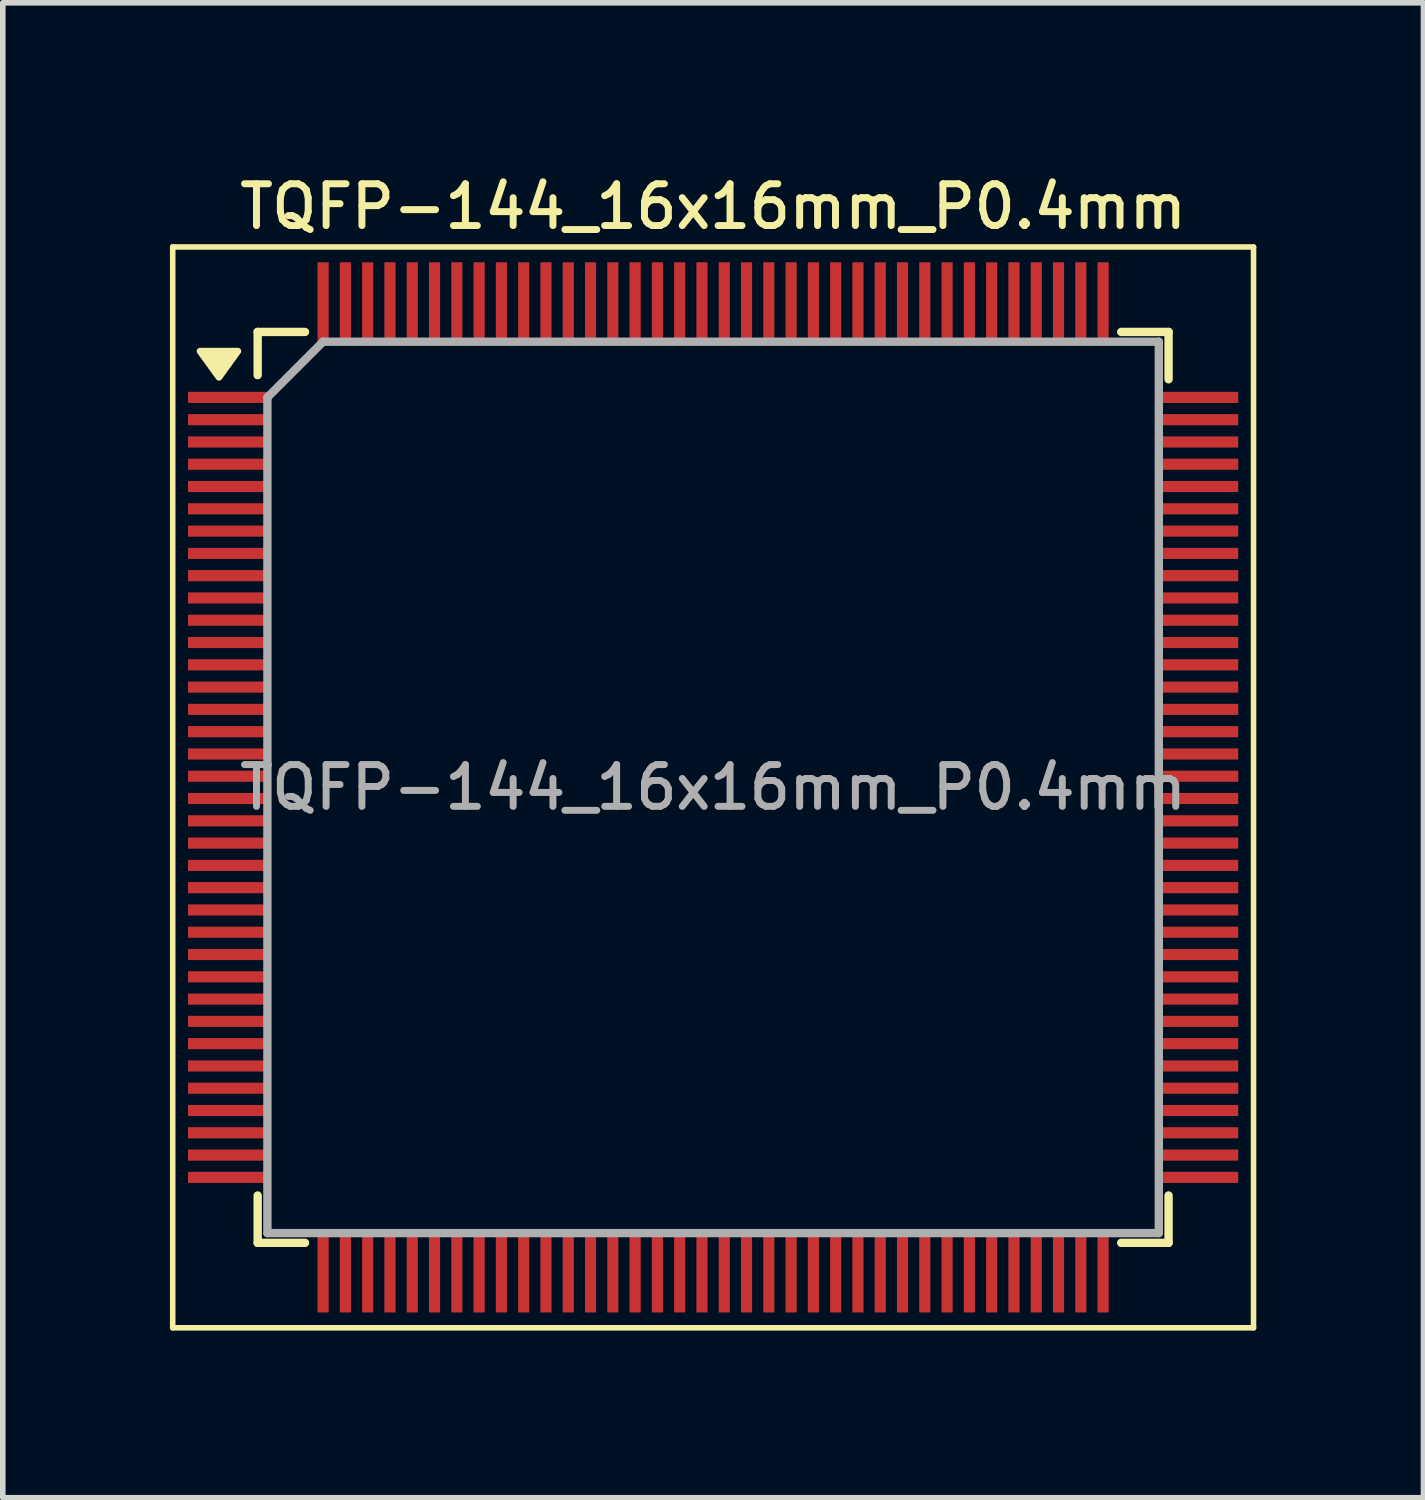
<source format=kicad_pcb>
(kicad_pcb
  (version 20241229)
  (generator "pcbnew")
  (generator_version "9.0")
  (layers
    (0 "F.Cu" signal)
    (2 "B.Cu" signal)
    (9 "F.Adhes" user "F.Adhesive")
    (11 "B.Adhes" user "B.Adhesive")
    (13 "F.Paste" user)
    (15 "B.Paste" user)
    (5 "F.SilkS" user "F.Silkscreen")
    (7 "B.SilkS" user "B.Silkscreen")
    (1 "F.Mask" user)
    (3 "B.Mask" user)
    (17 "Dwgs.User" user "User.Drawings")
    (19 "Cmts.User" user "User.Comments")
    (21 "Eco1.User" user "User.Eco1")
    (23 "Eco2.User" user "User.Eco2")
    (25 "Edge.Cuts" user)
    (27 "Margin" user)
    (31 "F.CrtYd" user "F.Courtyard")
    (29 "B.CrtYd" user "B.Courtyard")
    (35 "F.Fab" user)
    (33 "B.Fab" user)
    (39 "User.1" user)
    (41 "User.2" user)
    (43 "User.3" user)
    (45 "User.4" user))
  (footprint "TQFP-144_16x16mm_P0.4mm"
    (layer "F.Cu")
    (at 9.75 11.083)
    (property "Reference" "TQFP-144_16x16mm_P0.4mm" (at 0 -10.425 0) (layer "F.SilkS") (effects (font (size 0.75 0.75) (thickness 0.125))))
    (attr smd)
    (fp_line (start -9.7 -9.7) (end -9.7 9.7) (stroke (width 0.1) (type solid)) (layer "F.SilkS"))
    (fp_line (start -9.7 -9.7) (end 9.7 -9.7) (stroke (width 0.1) (type solid)) (layer "F.SilkS"))
    (fp_line (start -9.7 9.7) (end 9.7 9.7) (stroke (width 0.1) (type solid)) (layer "F.SilkS"))
    (fp_line (start -8.175 -8.175) (end -8.175 -7.4) (stroke (width 0.15) (type solid)) (layer "F.SilkS"))
    (fp_line (start -8.175 -8.175) (end -7.325 -8.175) (stroke (width 0.15) (type solid)) (layer "F.SilkS"))
    (fp_line (start -8.175 8.175) (end -8.175 7.325) (stroke (width 0.15) (type solid)) (layer "F.SilkS"))
    (fp_line (start -8.175 8.175) (end -7.325 8.175) (stroke (width 0.15) (type solid)) (layer "F.SilkS"))
    (fp_line (start 8.175 -8.175) (end 7.325 -8.175) (stroke (width 0.15) (type solid)) (layer "F.SilkS"))
    (fp_line (start 8.175 -8.175) (end 8.175 -7.325) (stroke (width 0.15) (type solid)) (layer "F.SilkS"))
    (fp_line (start 8.175 8.175) (end 7.325 8.175) (stroke (width 0.15) (type solid)) (layer "F.SilkS"))
    (fp_line (start 8.175 8.175) (end 8.175 7.325) (stroke (width 0.15) (type solid)) (layer "F.SilkS"))
    (fp_line (start 9.7 -9.7) (end 9.7 9.7) (stroke (width 0.1) (type solid)) (layer "F.SilkS"))
    (fp_poly (pts (xy -8.87 -7.36) (xy -9.21 -7.83) (xy -8.53 -7.83) (xy -8.87 -7.36)) (stroke (width 0.12) (type solid)) (fill yes) (layer "F.SilkS"))
    (fp_line (start -8 -7) (end -7 -8) (stroke (width 0.15) (type solid)) (layer "F.Fab"))
    (fp_line (start -8 8) (end -8 -7) (stroke (width 0.15) (type solid)) (layer "F.Fab"))
    (fp_line (start -7 -8) (end 8 -8) (stroke (width 0.15) (type solid)) (layer "F.Fab"))
    (fp_line (start 8 -8) (end 8 8) (stroke (width 0.15) (type solid)) (layer "F.Fab"))
    (fp_line (start 8 8) (end -8 8) (stroke (width 0.15) (type solid)) (layer "F.Fab"))
    (fp_text user "${REFERENCE}" (at 0 0 0) (layer "F.Fab") (effects (font (size 0.75 0.75) (thickness 0.125))))
    (pad "1" smd rect (at -8.7 -7) (size 1.45 0.2) (layers "F.Cu" "F.Mask" "F.Paste"))
    (pad "2" smd rect (at -8.7 -6.6) (size 1.45 0.2) (layers "F.Cu" "F.Mask" "F.Paste"))
    (pad "3" smd rect (at -8.7 -6.2) (size 1.45 0.2) (layers "F.Cu" "F.Mask" "F.Paste"))
    (pad "4" smd rect (at -8.7 -5.8) (size 1.45 0.2) (layers "F.Cu" "F.Mask" "F.Paste"))
    (pad "5" smd rect (at -8.7 -5.4) (size 1.45 0.2) (layers "F.Cu" "F.Mask" "F.Paste"))
    (pad "6" smd rect (at -8.7 -5) (size 1.45 0.2) (layers "F.Cu" "F.Mask" "F.Paste"))
    (pad "7" smd rect (at -8.7 -4.6) (size 1.45 0.2) (layers "F.Cu" "F.Mask" "F.Paste"))
    (pad "8" smd rect (at -8.7 -4.2) (size 1.45 0.2) (layers "F.Cu" "F.Mask" "F.Paste"))
    (pad "9" smd rect (at -8.7 -3.8) (size 1.45 0.2) (layers "F.Cu" "F.Mask" "F.Paste"))
    (pad "10" smd rect (at -8.7 -3.4) (size 1.45 0.2) (layers "F.Cu" "F.Mask" "F.Paste"))
    (pad "11" smd rect (at -8.7 -3) (size 1.45 0.2) (layers "F.Cu" "F.Mask" "F.Paste"))
    (pad "12" smd rect (at -8.7 -2.6) (size 1.45 0.2) (layers "F.Cu" "F.Mask" "F.Paste"))
    (pad "13" smd rect (at -8.7 -2.2) (size 1.45 0.2) (layers "F.Cu" "F.Mask" "F.Paste"))
    (pad "14" smd rect (at -8.7 -1.8) (size 1.45 0.2) (layers "F.Cu" "F.Mask" "F.Paste"))
    (pad "15" smd rect (at -8.7 -1.4) (size 1.45 0.2) (layers "F.Cu" "F.Mask" "F.Paste"))
    (pad "16" smd rect (at -8.7 -1) (size 1.45 0.2) (layers "F.Cu" "F.Mask" "F.Paste"))
    (pad "17" smd rect (at -8.7 -0.6) (size 1.45 0.2) (layers "F.Cu" "F.Mask" "F.Paste"))
    (pad "18" smd rect (at -8.7 -0.2) (size 1.45 0.2) (layers "F.Cu" "F.Mask" "F.Paste"))
    (pad "19" smd rect (at -8.7 0.2) (size 1.45 0.2) (layers "F.Cu" "F.Mask" "F.Paste"))
    (pad "20" smd rect (at -8.7 0.6) (size 1.45 0.2) (layers "F.Cu" "F.Mask" "F.Paste"))
    (pad "21" smd rect (at -8.7 1) (size 1.45 0.2) (layers "F.Cu" "F.Mask" "F.Paste"))
    (pad "22" smd rect (at -8.7 1.4) (size 1.45 0.2) (layers "F.Cu" "F.Mask" "F.Paste"))
    (pad "23" smd rect (at -8.7 1.8) (size 1.45 0.2) (layers "F.Cu" "F.Mask" "F.Paste"))
    (pad "24" smd rect (at -8.7 2.2) (size 1.45 0.2) (layers "F.Cu" "F.Mask" "F.Paste"))
    (pad "25" smd rect (at -8.7 2.6) (size 1.45 0.2) (layers "F.Cu" "F.Mask" "F.Paste"))
    (pad "26" smd rect (at -8.7 3) (size 1.45 0.2) (layers "F.Cu" "F.Mask" "F.Paste"))
    (pad "27" smd rect (at -8.7 3.4) (size 1.45 0.2) (layers "F.Cu" "F.Mask" "F.Paste"))
    (pad "28" smd rect (at -8.7 3.8) (size 1.45 0.2) (layers "F.Cu" "F.Mask" "F.Paste"))
    (pad "29" smd rect (at -8.7 4.2) (size 1.45 0.2) (layers "F.Cu" "F.Mask" "F.Paste"))
    (pad "30" smd rect (at -8.7 4.6) (size 1.45 0.2) (layers "F.Cu" "F.Mask" "F.Paste"))
    (pad "31" smd rect (at -8.7 5) (size 1.45 0.2) (layers "F.Cu" "F.Mask" "F.Paste"))
    (pad "32" smd rect (at -8.7 5.4) (size 1.45 0.2) (layers "F.Cu" "F.Mask" "F.Paste"))
    (pad "33" smd rect (at -8.7 5.8) (size 1.45 0.2) (layers "F.Cu" "F.Mask" "F.Paste"))
    (pad "34" smd rect (at -8.7 6.2) (size 1.45 0.2) (layers "F.Cu" "F.Mask" "F.Paste"))
    (pad "35" smd rect (at -8.7 6.6) (size 1.45 0.2) (layers "F.Cu" "F.Mask" "F.Paste"))
    (pad "36" smd rect (at -8.7 7) (size 1.45 0.2) (layers "F.Cu" "F.Mask" "F.Paste"))
    (pad "37" smd rect (at -7 8.7 90) (size 1.45 0.2) (layers "F.Cu" "F.Mask" "F.Paste"))
    (pad "38" smd rect (at -6.6 8.7 90) (size 1.45 0.2) (layers "F.Cu" "F.Mask" "F.Paste"))
    (pad "39" smd rect (at -6.2 8.7 90) (size 1.45 0.2) (layers "F.Cu" "F.Mask" "F.Paste"))
    (pad "40" smd rect (at -5.8 8.7 90) (size 1.45 0.2) (layers "F.Cu" "F.Mask" "F.Paste"))
    (pad "41" smd rect (at -5.4 8.7 90) (size 1.45 0.2) (layers "F.Cu" "F.Mask" "F.Paste"))
    (pad "42" smd rect (at -5 8.7 90) (size 1.45 0.2) (layers "F.Cu" "F.Mask" "F.Paste"))
    (pad "43" smd rect (at -4.6 8.7 90) (size 1.45 0.2) (layers "F.Cu" "F.Mask" "F.Paste"))
    (pad "44" smd rect (at -4.2 8.7 90) (size 1.45 0.2) (layers "F.Cu" "F.Mask" "F.Paste"))
    (pad "45" smd rect (at -3.8 8.7 90) (size 1.45 0.2) (layers "F.Cu" "F.Mask" "F.Paste"))
    (pad "46" smd rect (at -3.4 8.7 90) (size 1.45 0.2) (layers "F.Cu" "F.Mask" "F.Paste"))
    (pad "47" smd rect (at -3 8.7 90) (size 1.45 0.2) (layers "F.Cu" "F.Mask" "F.Paste"))
    (pad "48" smd rect (at -2.6 8.7 90) (size 1.45 0.2) (layers "F.Cu" "F.Mask" "F.Paste"))
    (pad "49" smd rect (at -2.2 8.7 90) (size 1.45 0.2) (layers "F.Cu" "F.Mask" "F.Paste"))
    (pad "50" smd rect (at -1.8 8.7 90) (size 1.45 0.2) (layers "F.Cu" "F.Mask" "F.Paste"))
    (pad "51" smd rect (at -1.4 8.7 90) (size 1.45 0.2) (layers "F.Cu" "F.Mask" "F.Paste"))
    (pad "52" smd rect (at -1 8.7 90) (size 1.45 0.2) (layers "F.Cu" "F.Mask" "F.Paste"))
    (pad "53" smd rect (at -0.6 8.7 90) (size 1.45 0.2) (layers "F.Cu" "F.Mask" "F.Paste"))
    (pad "54" smd rect (at -0.2 8.7 90) (size 1.45 0.2) (layers "F.Cu" "F.Mask" "F.Paste"))
    (pad "55" smd rect (at 0.2 8.7 90) (size 1.45 0.2) (layers "F.Cu" "F.Mask" "F.Paste"))
    (pad "56" smd rect (at 0.6 8.7 90) (size 1.45 0.2) (layers "F.Cu" "F.Mask" "F.Paste"))
    (pad "57" smd rect (at 1 8.7 90) (size 1.45 0.2) (layers "F.Cu" "F.Mask" "F.Paste"))
    (pad "58" smd rect (at 1.4 8.7 90) (size 1.45 0.2) (layers "F.Cu" "F.Mask" "F.Paste"))
    (pad "59" smd rect (at 1.8 8.7 90) (size 1.45 0.2) (layers "F.Cu" "F.Mask" "F.Paste"))
    (pad "60" smd rect (at 2.2 8.7 90) (size 1.45 0.2) (layers "F.Cu" "F.Mask" "F.Paste"))
    (pad "61" smd rect (at 2.6 8.7 90) (size 1.45 0.2) (layers "F.Cu" "F.Mask" "F.Paste"))
    (pad "62" smd rect (at 3 8.7 90) (size 1.45 0.2) (layers "F.Cu" "F.Mask" "F.Paste"))
    (pad "63" smd rect (at 3.4 8.7 90) (size 1.45 0.2) (layers "F.Cu" "F.Mask" "F.Paste"))
    (pad "64" smd rect (at 3.8 8.7 90) (size 1.45 0.2) (layers "F.Cu" "F.Mask" "F.Paste"))
    (pad "65" smd rect (at 4.2 8.7 90) (size 1.45 0.2) (layers "F.Cu" "F.Mask" "F.Paste"))
    (pad "66" smd rect (at 4.6 8.7 90) (size 1.45 0.2) (layers "F.Cu" "F.Mask" "F.Paste"))
    (pad "67" smd rect (at 5 8.7 90) (size 1.45 0.2) (layers "F.Cu" "F.Mask" "F.Paste"))
    (pad "68" smd rect (at 5.4 8.7 90) (size 1.45 0.2) (layers "F.Cu" "F.Mask" "F.Paste"))
    (pad "69" smd rect (at 5.8 8.7 90) (size 1.45 0.2) (layers "F.Cu" "F.Mask" "F.Paste"))
    (pad "70" smd rect (at 6.2 8.7 90) (size 1.45 0.2) (layers "F.Cu" "F.Mask" "F.Paste"))
    (pad "71" smd rect (at 6.6 8.7 90) (size 1.45 0.2) (layers "F.Cu" "F.Mask" "F.Paste"))
    (pad "72" smd rect (at 7 8.7 90) (size 1.45 0.2) (layers "F.Cu" "F.Mask" "F.Paste"))
    (pad "73" smd rect (at 8.7 7) (size 1.45 0.2) (layers "F.Cu" "F.Mask" "F.Paste"))
    (pad "74" smd rect (at 8.7 6.6) (size 1.45 0.2) (layers "F.Cu" "F.Mask" "F.Paste"))
    (pad "75" smd rect (at 8.7 6.2) (size 1.45 0.2) (layers "F.Cu" "F.Mask" "F.Paste"))
    (pad "76" smd rect (at 8.7 5.8) (size 1.45 0.2) (layers "F.Cu" "F.Mask" "F.Paste"))
    (pad "77" smd rect (at 8.7 5.4) (size 1.45 0.2) (layers "F.Cu" "F.Mask" "F.Paste"))
    (pad "78" smd rect (at 8.7 5) (size 1.45 0.2) (layers "F.Cu" "F.Mask" "F.Paste"))
    (pad "79" smd rect (at 8.7 4.6) (size 1.45 0.2) (layers "F.Cu" "F.Mask" "F.Paste"))
    (pad "80" smd rect (at 8.7 4.2) (size 1.45 0.2) (layers "F.Cu" "F.Mask" "F.Paste"))
    (pad "81" smd rect (at 8.7 3.8) (size 1.45 0.2) (layers "F.Cu" "F.Mask" "F.Paste"))
    (pad "82" smd rect (at 8.7 3.4) (size 1.45 0.2) (layers "F.Cu" "F.Mask" "F.Paste"))
    (pad "83" smd rect (at 8.7 3) (size 1.45 0.2) (layers "F.Cu" "F.Mask" "F.Paste"))
    (pad "84" smd rect (at 8.7 2.6) (size 1.45 0.2) (layers "F.Cu" "F.Mask" "F.Paste"))
    (pad "85" smd rect (at 8.7 2.2) (size 1.45 0.2) (layers "F.Cu" "F.Mask" "F.Paste"))
    (pad "86" smd rect (at 8.7 1.8) (size 1.45 0.2) (layers "F.Cu" "F.Mask" "F.Paste"))
    (pad "87" smd rect (at 8.7 1.4) (size 1.45 0.2) (layers "F.Cu" "F.Mask" "F.Paste"))
    (pad "88" smd rect (at 8.7 1) (size 1.45 0.2) (layers "F.Cu" "F.Mask" "F.Paste"))
    (pad "89" smd rect (at 8.7 0.6) (size 1.45 0.2) (layers "F.Cu" "F.Mask" "F.Paste"))
    (pad "90" smd rect (at 8.7 0.2) (size 1.45 0.2) (layers "F.Cu" "F.Mask" "F.Paste"))
    (pad "91" smd rect (at 8.7 -0.2) (size 1.45 0.2) (layers "F.Cu" "F.Mask" "F.Paste"))
    (pad "92" smd rect (at 8.7 -0.6) (size 1.45 0.2) (layers "F.Cu" "F.Mask" "F.Paste"))
    (pad "93" smd rect (at 8.7 -1) (size 1.45 0.2) (layers "F.Cu" "F.Mask" "F.Paste"))
    (pad "94" smd rect (at 8.7 -1.4) (size 1.45 0.2) (layers "F.Cu" "F.Mask" "F.Paste"))
    (pad "95" smd rect (at 8.7 -1.8) (size 1.45 0.2) (layers "F.Cu" "F.Mask" "F.Paste"))
    (pad "96" smd rect (at 8.7 -2.2) (size 1.45 0.2) (layers "F.Cu" "F.Mask" "F.Paste"))
    (pad "97" smd rect (at 8.7 -2.6) (size 1.45 0.2) (layers "F.Cu" "F.Mask" "F.Paste"))
    (pad "98" smd rect (at 8.7 -3) (size 1.45 0.2) (layers "F.Cu" "F.Mask" "F.Paste"))
    (pad "99" smd rect (at 8.7 -3.4) (size 1.45 0.2) (layers "F.Cu" "F.Mask" "F.Paste"))
    (pad "100" smd rect (at 8.7 -3.8) (size 1.45 0.2) (layers "F.Cu" "F.Mask" "F.Paste"))
    (pad "101" smd rect (at 8.7 -4.2) (size 1.45 0.2) (layers "F.Cu" "F.Mask" "F.Paste"))
    (pad "102" smd rect (at 8.7 -4.6) (size 1.45 0.2) (layers "F.Cu" "F.Mask" "F.Paste"))
    (pad "103" smd rect (at 8.7 -5) (size 1.45 0.2) (layers "F.Cu" "F.Mask" "F.Paste"))
    (pad "104" smd rect (at 8.7 -5.4) (size 1.45 0.2) (layers "F.Cu" "F.Mask" "F.Paste"))
    (pad "105" smd rect (at 8.7 -5.8) (size 1.45 0.2) (layers "F.Cu" "F.Mask" "F.Paste"))
    (pad "106" smd rect (at 8.7 -6.2) (size 1.45 0.2) (layers "F.Cu" "F.Mask" "F.Paste"))
    (pad "107" smd rect (at 8.7 -6.6) (size 1.45 0.2) (layers "F.Cu" "F.Mask" "F.Paste"))
    (pad "108" smd rect (at 8.7 -7) (size 1.45 0.2) (layers "F.Cu" "F.Mask" "F.Paste"))
    (pad "109" smd rect (at 7 -8.7 90) (size 1.45 0.2) (layers "F.Cu" "F.Mask" "F.Paste"))
    (pad "110" smd rect (at 6.6 -8.7 90) (size 1.45 0.2) (layers "F.Cu" "F.Mask" "F.Paste"))
    (pad "111" smd rect (at 6.2 -8.7 90) (size 1.45 0.2) (layers "F.Cu" "F.Mask" "F.Paste"))
    (pad "112" smd rect (at 5.8 -8.7 90) (size 1.45 0.2) (layers "F.Cu" "F.Mask" "F.Paste"))
    (pad "113" smd rect (at 5.4 -8.7 90) (size 1.45 0.2) (layers "F.Cu" "F.Mask" "F.Paste"))
    (pad "114" smd rect (at 5 -8.7 90) (size 1.45 0.2) (layers "F.Cu" "F.Mask" "F.Paste"))
    (pad "115" smd rect (at 4.6 -8.7 90) (size 1.45 0.2) (layers "F.Cu" "F.Mask" "F.Paste"))
    (pad "116" smd rect (at 4.2 -8.7 90) (size 1.45 0.2) (layers "F.Cu" "F.Mask" "F.Paste"))
    (pad "117" smd rect (at 3.8 -8.7 90) (size 1.45 0.2) (layers "F.Cu" "F.Mask" "F.Paste"))
    (pad "118" smd rect (at 3.4 -8.7 90) (size 1.45 0.2) (layers "F.Cu" "F.Mask" "F.Paste"))
    (pad "119" smd rect (at 3 -8.7 90) (size 1.45 0.2) (layers "F.Cu" "F.Mask" "F.Paste"))
    (pad "120" smd rect (at 2.6 -8.7 90) (size 1.45 0.2) (layers "F.Cu" "F.Mask" "F.Paste"))
    (pad "121" smd rect (at 2.2 -8.7 90) (size 1.45 0.2) (layers "F.Cu" "F.Mask" "F.Paste"))
    (pad "122" smd rect (at 1.8 -8.7 90) (size 1.45 0.2) (layers "F.Cu" "F.Mask" "F.Paste"))
    (pad "123" smd rect (at 1.4 -8.7 90) (size 1.45 0.2) (layers "F.Cu" "F.Mask" "F.Paste"))
    (pad "124" smd rect (at 1 -8.7 90) (size 1.45 0.2) (layers "F.Cu" "F.Mask" "F.Paste"))
    (pad "125" smd rect (at 0.6 -8.7 90) (size 1.45 0.2) (layers "F.Cu" "F.Mask" "F.Paste"))
    (pad "126" smd rect (at 0.2 -8.7 90) (size 1.45 0.2) (layers "F.Cu" "F.Mask" "F.Paste"))
    (pad "127" smd rect (at -0.2 -8.7 90) (size 1.45 0.2) (layers "F.Cu" "F.Mask" "F.Paste"))
    (pad "128" smd rect (at -0.6 -8.7 90) (size 1.45 0.2) (layers "F.Cu" "F.Mask" "F.Paste"))
    (pad "129" smd rect (at -1 -8.7 90) (size 1.45 0.2) (layers "F.Cu" "F.Mask" "F.Paste"))
    (pad "130" smd rect (at -1.4 -8.7 90) (size 1.45 0.2) (layers "F.Cu" "F.Mask" "F.Paste"))
    (pad "131" smd rect (at -1.8 -8.7 90) (size 1.45 0.2) (layers "F.Cu" "F.Mask" "F.Paste"))
    (pad "132" smd rect (at -2.2 -8.7 90) (size 1.45 0.2) (layers "F.Cu" "F.Mask" "F.Paste"))
    (pad "133" smd rect (at -2.6 -8.7 90) (size 1.45 0.2) (layers "F.Cu" "F.Mask" "F.Paste"))
    (pad "134" smd rect (at -3 -8.7 90) (size 1.45 0.2) (layers "F.Cu" "F.Mask" "F.Paste"))
    (pad "135" smd rect (at -3.4 -8.7 90) (size 1.45 0.2) (layers "F.Cu" "F.Mask" "F.Paste"))
    (pad "136" smd rect (at -3.8 -8.7 90) (size 1.45 0.2) (layers "F.Cu" "F.Mask" "F.Paste"))
    (pad "137" smd rect (at -4.2 -8.7 90) (size 1.45 0.2) (layers "F.Cu" "F.Mask" "F.Paste"))
    (pad "138" smd rect (at -4.6 -8.7 90) (size 1.45 0.2) (layers "F.Cu" "F.Mask" "F.Paste"))
    (pad "139" smd rect (at -5 -8.7 90) (size 1.45 0.2) (layers "F.Cu" "F.Mask" "F.Paste"))
    (pad "140" smd rect (at -5.4 -8.7 90) (size 1.45 0.2) (layers "F.Cu" "F.Mask" "F.Paste"))
    (pad "141" smd rect (at -5.8 -8.7 90) (size 1.45 0.2) (layers "F.Cu" "F.Mask" "F.Paste"))
    (pad "142" smd rect (at -6.2 -8.7 90) (size 1.45 0.2) (layers "F.Cu" "F.Mask" "F.Paste"))
    (pad "143" smd rect (at -6.6 -8.7 90) (size 1.45 0.2) (layers "F.Cu" "F.Mask" "F.Paste"))
    (pad "144" smd rect (at -7 -8.7 90) (size 1.45 0.2) (layers "F.Cu" "F.Mask" "F.Paste")))
  (gr_rect
    (start -3 -3)
    (end 22.5 23.833)
    (stroke (width 0.1) (type default))
    (fill no)
    (layer "Edge.Cuts")))
</source>
